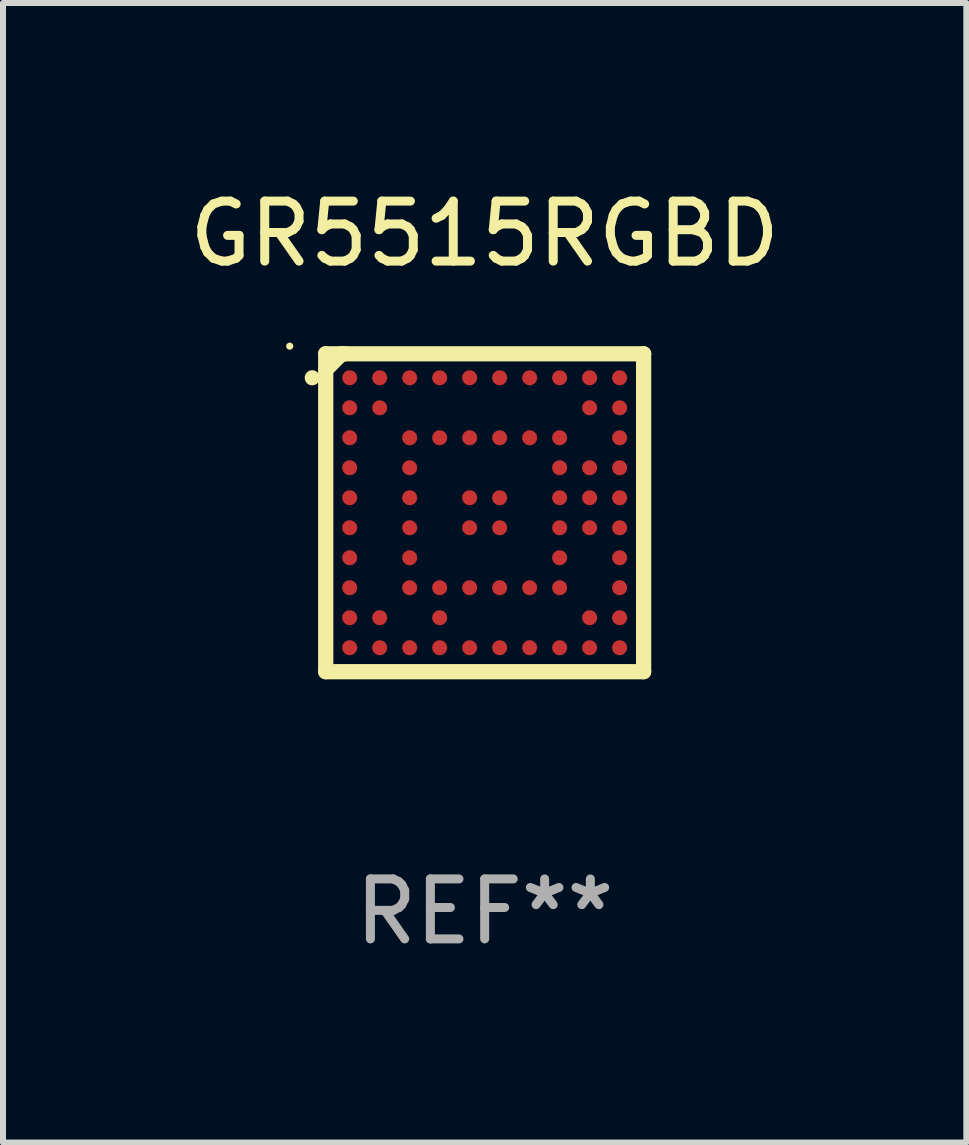
<source format=kicad_pcb>
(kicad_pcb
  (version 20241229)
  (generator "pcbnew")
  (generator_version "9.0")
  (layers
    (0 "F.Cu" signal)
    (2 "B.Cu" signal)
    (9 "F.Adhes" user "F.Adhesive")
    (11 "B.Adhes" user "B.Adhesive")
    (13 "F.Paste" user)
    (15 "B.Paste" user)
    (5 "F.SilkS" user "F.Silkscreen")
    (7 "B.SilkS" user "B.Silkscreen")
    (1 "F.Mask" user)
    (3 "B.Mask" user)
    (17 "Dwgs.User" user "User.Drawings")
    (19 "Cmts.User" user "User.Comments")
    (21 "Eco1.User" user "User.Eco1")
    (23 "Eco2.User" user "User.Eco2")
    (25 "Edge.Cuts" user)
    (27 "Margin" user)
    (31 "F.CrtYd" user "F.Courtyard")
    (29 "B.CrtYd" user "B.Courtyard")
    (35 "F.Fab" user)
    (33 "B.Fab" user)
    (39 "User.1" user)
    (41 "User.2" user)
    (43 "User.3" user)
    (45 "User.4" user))
  (footprint "GR5515RGBD"
    (layer "F.Cu")
    (at 5.03 5.498)
    (property "Reference" "GR5515RGBD" (at 0 -4.65 0) (layer "F.SilkS") (effects (font (size 1 1) (thickness 0.15))))
    (attr through_hole)
    (fp_line (start -2.65 -2.65) (end -2.65 2.65) (stroke (width 0.254) (type solid)) (layer "F.SilkS"))
    (fp_line (start -2.65 -2.65) (end 2.65 -2.65) (stroke (width 0.254) (type solid)) (layer "F.SilkS"))
    (fp_line (start -2.65 2.65) (end 2.65 2.65) (stroke (width 0.254) (type solid)) (layer "F.SilkS"))
    (fp_line (start -2.383 -2.65) (end -2.65 -2.383) (stroke (width 0.254) (type solid)) (layer "F.SilkS"))
    (fp_line (start -2.329 -2.65) (end -2.383 -2.65) (stroke (width 0.254) (type solid)) (layer "F.SilkS"))
    (fp_line (start 2.65 -2.65) (end 2.65 2.65) (stroke (width 0.254) (type solid)) (layer "F.SilkS"))
    (fp_arc (start -2.874981 -2.248743) (mid -2.874987 -2.250013) (end -2.874981 -2.251283) (stroke (width 0.25) (type solid)) (layer "F.SilkS"))
    (fp_circle (center -3.25 -2.777) (end -3.22 -2.777) (stroke (width 0.06) (type solid)) (fill no) (layer "F.SilkS"))
    (fp_text user "REF**" (at 0 6.65 0) (layer "F.Fab") (effects (font (size 1 1) (thickness 0.15))))
    (pad "A1" smd circle (at -2.25 -2.25) (size 0.25 0.25) (layers "F.Cu" "F.Mask" "F.Paste"))
    (pad "A2" smd circle (at -1.75 -2.25) (size 0.25 0.25) (layers "F.Cu" "F.Mask" "F.Paste"))
    (pad "A3" smd circle (at -1.25 -2.25) (size 0.25 0.25) (layers "F.Cu" "F.Mask" "F.Paste"))
    (pad "A4" smd circle (at -0.75 -2.25) (size 0.25 0.25) (layers "F.Cu" "F.Mask" "F.Paste"))
    (pad "A5" smd circle (at -0.25 -2.25) (size 0.25 0.25) (layers "F.Cu" "F.Mask" "F.Paste"))
    (pad "A6" smd circle (at 0.25 -2.25) (size 0.25 0.25) (layers "F.Cu" "F.Mask" "F.Paste"))
    (pad "A7" smd circle (at 0.75 -2.25) (size 0.25 0.25) (layers "F.Cu" "F.Mask" "F.Paste"))
    (pad "A8" smd circle (at 1.25 -2.25) (size 0.25 0.25) (layers "F.Cu" "F.Mask" "F.Paste"))
    (pad "A9" smd circle (at 1.75 -2.25) (size 0.25 0.25) (layers "F.Cu" "F.Mask" "F.Paste"))
    (pad "A10" smd circle (at 2.25 -2.25) (size 0.25 0.25) (layers "F.Cu" "F.Mask" "F.Paste"))
    (pad "B1" smd circle (at -2.25 -1.75) (size 0.25 0.25) (layers "F.Cu" "F.Mask" "F.Paste"))
    (pad "B2" smd circle (at -1.75 -1.75) (size 0.25 0.25) (layers "F.Cu" "F.Mask" "F.Paste"))
    (pad "B9" smd circle (at 1.75 -1.75) (size 0.25 0.25) (layers "F.Cu" "F.Mask" "F.Paste"))
    (pad "B10" smd circle (at 2.25 -1.75) (size 0.25 0.25) (layers "F.Cu" "F.Mask" "F.Paste"))
    (pad "C1" smd circle (at -2.25 -1.25) (size 0.25 0.25) (layers "F.Cu" "F.Mask" "F.Paste"))
    (pad "C3" smd circle (at -1.25 -1.25) (size 0.25 0.25) (layers "F.Cu" "F.Mask" "F.Paste"))
    (pad "C4" smd circle (at -0.75 -1.25) (size 0.25 0.25) (layers "F.Cu" "F.Mask" "F.Paste"))
    (pad "C5" smd circle (at -0.25 -1.25) (size 0.25 0.25) (layers "F.Cu" "F.Mask" "F.Paste"))
    (pad "C6" smd circle (at 0.25 -1.25) (size 0.25 0.25) (layers "F.Cu" "F.Mask" "F.Paste"))
    (pad "C7" smd circle (at 0.75 -1.25) (size 0.25 0.25) (layers "F.Cu" "F.Mask" "F.Paste"))
    (pad "C8" smd circle (at 1.25 -1.25) (size 0.25 0.25) (layers "F.Cu" "F.Mask" "F.Paste"))
    (pad "C10" smd circle (at 2.25 -1.25) (size 0.25 0.25) (layers "F.Cu" "F.Mask" "F.Paste"))
    (pad "D1" smd circle (at -2.25 -0.75) (size 0.25 0.25) (layers "F.Cu" "F.Mask" "F.Paste"))
    (pad "D3" smd circle (at -1.25 -0.75) (size 0.25 0.25) (layers "F.Cu" "F.Mask" "F.Paste"))
    (pad "D8" smd circle (at 1.25 -0.75) (size 0.25 0.25) (layers "F.Cu" "F.Mask" "F.Paste"))
    (pad "D9" smd circle (at 1.75 -0.75) (size 0.25 0.25) (layers "F.Cu" "F.Mask" "F.Paste"))
    (pad "D10" smd circle (at 2.25 -0.75) (size 0.25 0.25) (layers "F.Cu" "F.Mask" "F.Paste"))
    (pad "E1" smd circle (at -2.25 -0.25) (size 0.25 0.25) (layers "F.Cu" "F.Mask" "F.Paste"))
    (pad "E3" smd circle (at -1.25 -0.25) (size 0.25 0.25) (layers "F.Cu" "F.Mask" "F.Paste"))
    (pad "E5" smd circle (at -0.25 -0.25) (size 0.25 0.25) (layers "F.Cu" "F.Mask" "F.Paste"))
    (pad "E6" smd circle (at 0.25 -0.25) (size 0.25 0.25) (layers "F.Cu" "F.Mask" "F.Paste"))
    (pad "E8" smd circle (at 1.25 -0.25) (size 0.25 0.25) (layers "F.Cu" "F.Mask" "F.Paste"))
    (pad "E9" smd circle (at 1.75 -0.25) (size 0.25 0.25) (layers "F.Cu" "F.Mask" "F.Paste"))
    (pad "E10" smd circle (at 2.25 -0.25) (size 0.25 0.25) (layers "F.Cu" "F.Mask" "F.Paste"))
    (pad "F1" smd circle (at -2.25 0.25) (size 0.25 0.25) (layers "F.Cu" "F.Mask" "F.Paste"))
    (pad "F3" smd circle (at -1.25 0.25) (size 0.25 0.25) (layers "F.Cu" "F.Mask" "F.Paste"))
    (pad "F5" smd circle (at -0.25 0.25) (size 0.25 0.25) (layers "F.Cu" "F.Mask" "F.Paste"))
    (pad "F6" smd circle (at 0.25 0.25) (size 0.25 0.25) (layers "F.Cu" "F.Mask" "F.Paste"))
    (pad "F8" smd circle (at 1.25 0.25) (size 0.25 0.25) (layers "F.Cu" "F.Mask" "F.Paste"))
    (pad "F9" smd circle (at 1.75 0.25) (size 0.25 0.25) (layers "F.Cu" "F.Mask" "F.Paste"))
    (pad "F10" smd circle (at 2.25 0.25) (size 0.25 0.25) (layers "F.Cu" "F.Mask" "F.Paste"))
    (pad "G1" smd circle (at -2.25 0.75) (size 0.25 0.25) (layers "F.Cu" "F.Mask" "F.Paste"))
    (pad "G3" smd circle (at -1.25 0.75) (size 0.25 0.25) (layers "F.Cu" "F.Mask" "F.Paste"))
    (pad "G8" smd circle (at 1.25 0.75) (size 0.25 0.25) (layers "F.Cu" "F.Mask" "F.Paste"))
    (pad "G10" smd circle (at 2.25 0.75) (size 0.25 0.25) (layers "F.Cu" "F.Mask" "F.Paste"))
    (pad "H1" smd circle (at -2.25 1.25) (size 0.25 0.25) (layers "F.Cu" "F.Mask" "F.Paste"))
    (pad "H3" smd circle (at -1.25 1.25) (size 0.25 0.25) (layers "F.Cu" "F.Mask" "F.Paste"))
    (pad "H4" smd circle (at -0.75 1.25) (size 0.25 0.25) (layers "F.Cu" "F.Mask" "F.Paste"))
    (pad "H5" smd circle (at -0.25 1.25) (size 0.25 0.25) (layers "F.Cu" "F.Mask" "F.Paste"))
    (pad "H6" smd circle (at 0.25 1.25) (size 0.25 0.25) (layers "F.Cu" "F.Mask" "F.Paste"))
    (pad "H7" smd circle (at 0.75 1.25) (size 0.25 0.25) (layers "F.Cu" "F.Mask" "F.Paste"))
    (pad "H8" smd circle (at 1.25 1.25) (size 0.25 0.25) (layers "F.Cu" "F.Mask" "F.Paste"))
    (pad "H10" smd circle (at 2.25 1.25) (size 0.25 0.25) (layers "F.Cu" "F.Mask" "F.Paste"))
    (pad "J1" smd circle (at -2.25 1.75) (size 0.25 0.25) (layers "F.Cu" "F.Mask" "F.Paste"))
    (pad "J2" smd circle (at -1.75 1.75) (size 0.25 0.25) (layers "F.Cu" "F.Mask" "F.Paste"))
    (pad "J4" smd circle (at -0.75 1.75) (size 0.25 0.25) (layers "F.Cu" "F.Mask" "F.Paste"))
    (pad "J9" smd circle (at 1.75 1.75) (size 0.25 0.25) (layers "F.Cu" "F.Mask" "F.Paste"))
    (pad "J10" smd circle (at 2.25 1.75) (size 0.25 0.25) (layers "F.Cu" "F.Mask" "F.Paste"))
    (pad "K1" smd circle (at -2.25 2.25) (size 0.25 0.25) (layers "F.Cu" "F.Mask" "F.Paste"))
    (pad "K2" smd circle (at -1.75 2.25) (size 0.25 0.25) (layers "F.Cu" "F.Mask" "F.Paste"))
    (pad "K3" smd circle (at -1.25 2.25) (size 0.25 0.25) (layers "F.Cu" "F.Mask" "F.Paste"))
    (pad "K4" smd circle (at -0.75 2.25) (size 0.25 0.25) (layers "F.Cu" "F.Mask" "F.Paste"))
    (pad "K5" smd circle (at -0.25 2.25) (size 0.25 0.25) (layers "F.Cu" "F.Mask" "F.Paste"))
    (pad "K6" smd circle (at 0.25 2.25) (size 0.25 0.25) (layers "F.Cu" "F.Mask" "F.Paste"))
    (pad "K7" smd circle (at 0.75 2.25) (size 0.25 0.25) (layers "F.Cu" "F.Mask" "F.Paste"))
    (pad "K8" smd circle (at 1.25 2.25) (size 0.25 0.25) (layers "F.Cu" "F.Mask" "F.Paste"))
    (pad "K9" smd circle (at 1.75 2.25) (size 0.25 0.25) (layers "F.Cu" "F.Mask" "F.Paste"))
    (pad "K10" smd circle (at 2.25 2.25) (size 0.25 0.25) (layers "F.Cu" "F.Mask" "F.Paste")))
  (gr_rect
    (start -3 -3)
    (end 13.06 15.997)
    (stroke (width 0.1) (type default))
    (fill no)
    (layer "Edge.Cuts")))
</source>
